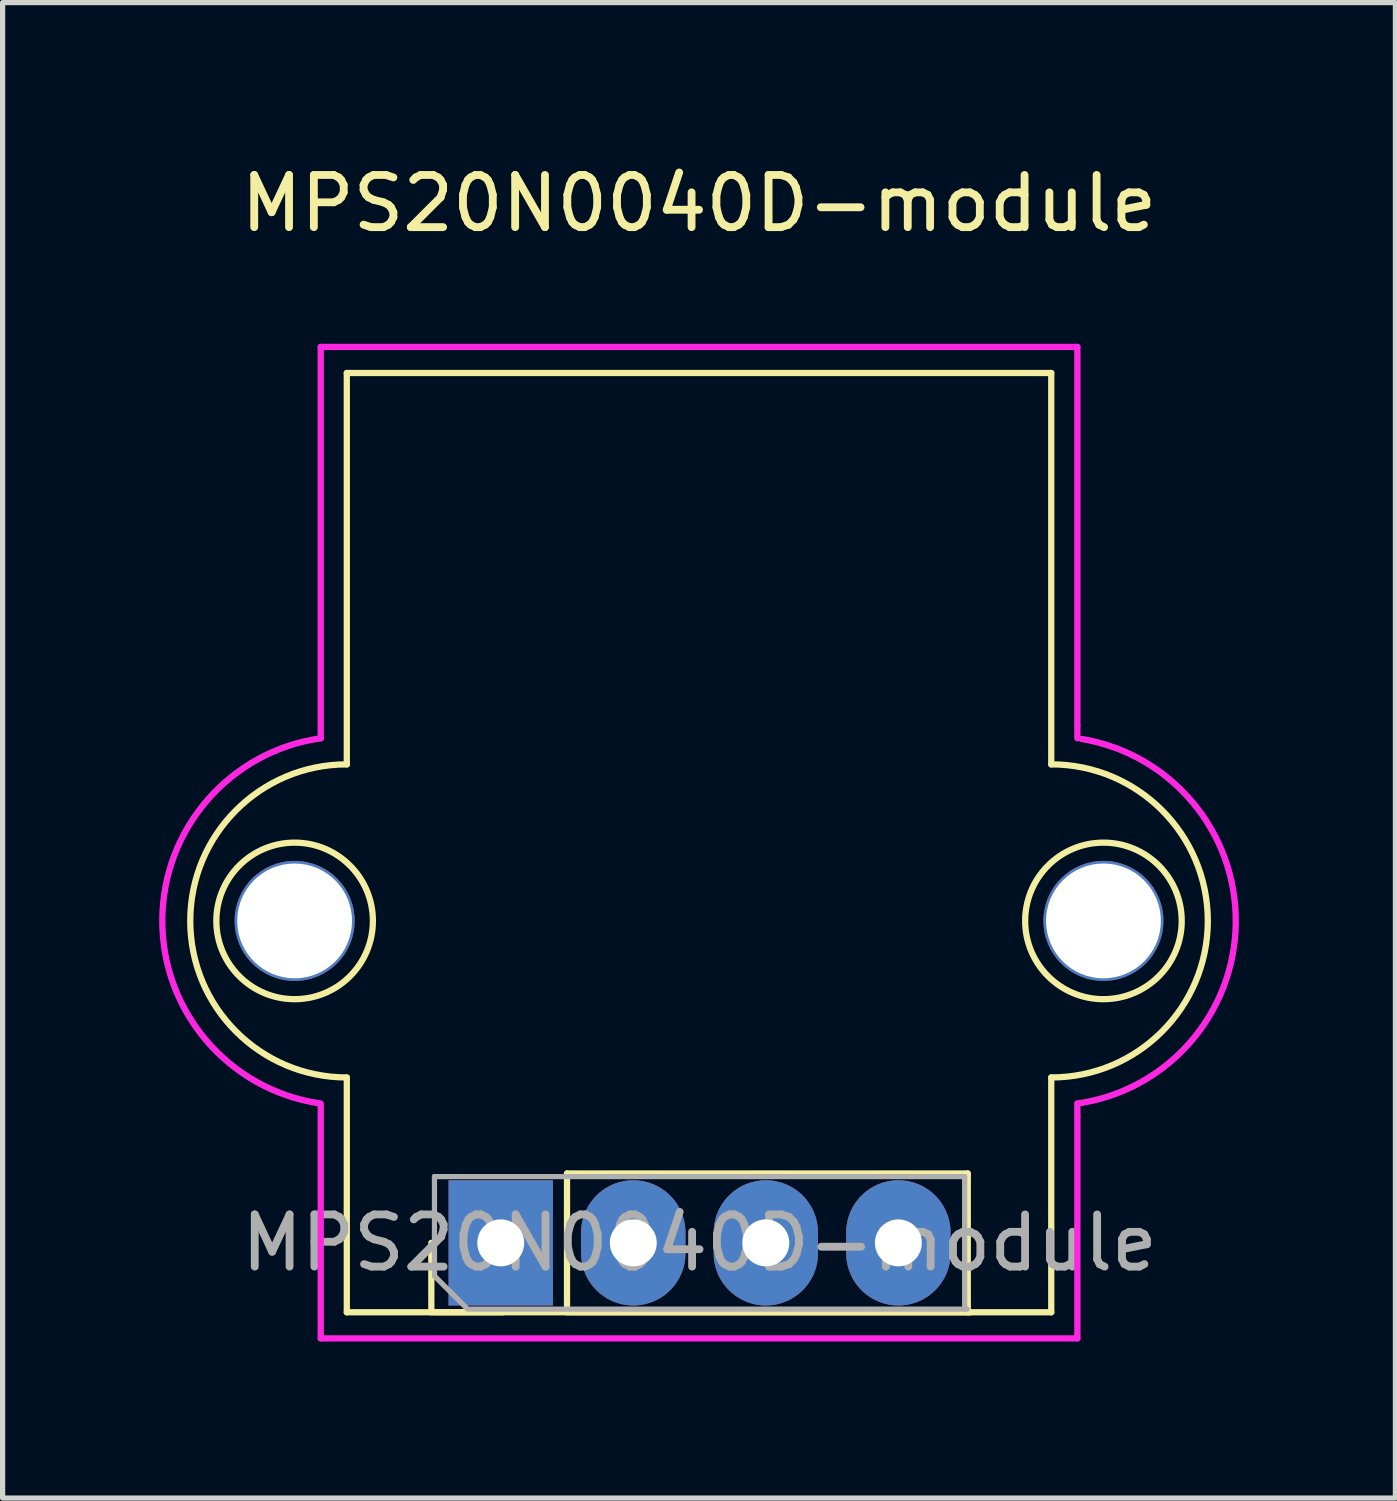
<source format=kicad_pcb>
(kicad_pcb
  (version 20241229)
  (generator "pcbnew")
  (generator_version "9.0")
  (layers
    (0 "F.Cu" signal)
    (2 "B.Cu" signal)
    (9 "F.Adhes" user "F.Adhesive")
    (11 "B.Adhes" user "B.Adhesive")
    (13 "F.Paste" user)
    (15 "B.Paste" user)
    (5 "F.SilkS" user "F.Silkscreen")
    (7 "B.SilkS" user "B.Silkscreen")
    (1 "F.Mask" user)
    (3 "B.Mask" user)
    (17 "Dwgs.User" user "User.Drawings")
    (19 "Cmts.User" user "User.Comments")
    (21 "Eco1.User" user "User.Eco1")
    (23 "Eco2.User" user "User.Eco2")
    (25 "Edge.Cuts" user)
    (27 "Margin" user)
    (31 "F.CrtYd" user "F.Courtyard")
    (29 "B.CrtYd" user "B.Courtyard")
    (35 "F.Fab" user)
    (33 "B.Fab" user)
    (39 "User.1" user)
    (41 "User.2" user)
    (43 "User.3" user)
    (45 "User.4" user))
  (footprint "MPS20N0040D-module"
    (layer "F.Cu")
    (at 10.346 13.098)
    (property "Reference" "MPS20N0040D-module" (at 0 -12.25 180) (layer "F.SilkS") (effects (font (size 1 1) (thickness 0.15))))
    (attr through_hole)
    (fp_line (start -6.75 -9) (end 6.75 -9) (stroke (width 0.12) (type solid)) (layer "F.SilkS"))
    (fp_line (start -6.75 -1.5) (end -6.75 -9) (stroke (width 0.12) (type solid)) (layer "F.SilkS"))
    (fp_line (start -6.75 9) (end -6.75 4.5) (stroke (width 0.12) (type solid)) (layer "F.SilkS"))
    (fp_line (start -5.13 9) (end -5.13 7.67) (stroke (width 0.12) (type solid)) (layer "F.SilkS"))
    (fp_line (start -3.75 9) (end -5.08 9) (stroke (width 0.12) (type solid)) (layer "F.SilkS"))
    (fp_line (start -2.53 6.34) (end 5.15 6.34) (stroke (width 0.12) (type solid)) (layer "F.SilkS"))
    (fp_line (start -2.53 9) (end -2.53 6.34) (stroke (width 0.12) (type solid)) (layer "F.SilkS"))
    (fp_line (start -2.48 9) (end 5.2 9) (stroke (width 0.12) (type solid)) (layer "F.SilkS"))
    (fp_line (start 5.15 9) (end 5.15 6.34) (stroke (width 0.12) (type solid)) (layer "F.SilkS"))
    (fp_line (start 6.75 -1.5) (end 6.75 -9) (stroke (width 0.12) (type solid)) (layer "F.SilkS"))
    (fp_line (start 6.75 9) (end -6.75 9) (stroke (width 0.12) (type solid)) (layer "F.SilkS"))
    (fp_line (start 6.75 9) (end 6.75 4.5) (stroke (width 0.12) (type solid)) (layer "F.SilkS"))
    (fp_arc (start -6.75 4.5) (mid -9.75 1.5) (end -6.75 -1.5) (stroke (width 0.12) (type solid)) (layer "F.SilkS"))
    (fp_arc (start 6.75 -1.5) (mid 9.75 1.5) (end 6.75 4.5) (stroke (width 0.12) (type solid)) (layer "F.SilkS"))
    (fp_circle (center -7.75 1.5) (end -9.25 1.5) (stroke (width 0.12) (type solid)) (fill no) (layer "F.SilkS"))
    (fp_circle (center 7.75 1.5) (end 9.25 1.5) (stroke (width 0.12) (type solid)) (fill no) (layer "F.SilkS"))
    (fp_line (start -7.25 -9.5) (end -7.25 -2) (stroke (width 0.12) (type solid)) (layer "F.CrtYd"))
    (fp_line (start -7.25 -9.5) (end 7.25 -9.5) (stroke (width 0.12) (type solid)) (layer "F.CrtYd"))
    (fp_line (start -7.25 9.5) (end -7.25 5) (stroke (width 0.12) (type solid)) (layer "F.CrtYd"))
    (fp_line (start 7.25 -9.5) (end 7.25 -2.25) (stroke (width 0.12) (type solid)) (layer "F.CrtYd"))
    (fp_line (start 7.25 -2.25) (end 7.25 -2) (stroke (width 0.12) (type solid)) (layer "F.CrtYd"))
    (fp_line (start 7.25 5.25) (end 7.25 5) (stroke (width 0.12) (type solid)) (layer "F.CrtYd"))
    (fp_line (start 7.25 9.5) (end -7.25 9.5) (stroke (width 0.12) (type solid)) (layer "F.CrtYd"))
    (fp_line (start 7.25 9.5) (end 7.25 5.25) (stroke (width 0.12) (type solid)) (layer "F.CrtYd"))
    (fp_arc (start -7.287604 4.99442) (mid -10.285481 1.480992) (end -7.249999 -1.999999) (stroke (width 0.12) (type solid)) (layer "F.CrtYd"))
    (fp_arc (start 7.331239 -1.987428) (mid 10.285294 1.541103) (end 7.249999 4.999999) (stroke (width 0.12) (type solid)) (layer "F.CrtYd"))
    (fp_line (start -5.07 6.4) (end 5.09 6.4) (stroke (width 0.1) (type solid)) (layer "F.Fab"))
    (fp_line (start -5.07 8.305) (end -5.07 6.4) (stroke (width 0.1) (type solid)) (layer "F.Fab"))
    (fp_line (start -4.435 8.94) (end -5.07 8.305) (stroke (width 0.1) (type solid)) (layer "F.Fab"))
    (fp_line (start 5.09 6.4) (end 5.09 8.94) (stroke (width 0.1) (type solid)) (layer "F.Fab"))
    (fp_line (start 5.14 8.94) (end -4.385 8.94) (stroke (width 0.1) (type solid)) (layer "F.Fab"))
    (fp_text user "${REFERENCE}" (at 0.01 7.67 180) (layer "F.Fab") (effects (font (size 1 1) (thickness 0.15))))
    (pad "" np_thru_hole circle (at -7.75 1.5 90) (size 2.3 2.3) (drill 2.2) (layers "*.Cu" "*.Mask"))
    (pad "" np_thru_hole circle (at 7.75 1.5 90) (size 2.3 2.3) (drill 2.2) (layers "*.Cu" "*.Mask"))
    (pad "1" thru_hole rect (at -3.8 7.67 90) (size 2.4 2) (drill 0.9) (layers "*.Cu" "*.Mask"))
    (pad "2" thru_hole oval (at -1.26 7.67 90) (size 2.4 2) (drill 0.9) (layers "*.Cu" "*.Mask"))
    (pad "3" thru_hole oval (at 1.28 7.67 90) (size 2.4 2) (drill 0.9) (layers "*.Cu" "*.Mask"))
    (pad "4" thru_hole oval (at 3.82 7.67 90) (size 2.4 2) (drill 0.9) (layers "*.Cu" "*.Mask")))
  (gr_rect
    (start -3 -3)
    (end 23.691 25.658)
    (stroke (width 0.1) (type default))
    (fill no)
    (layer "Edge.Cuts")))
</source>
